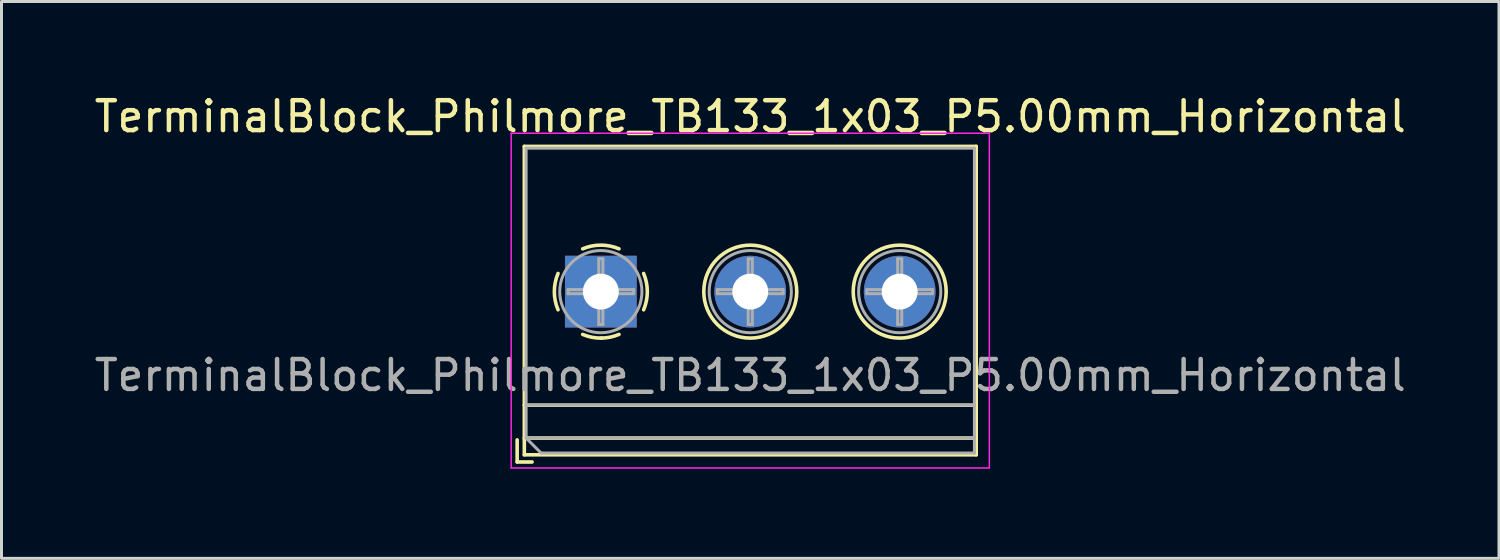
<source format=kicad_pcb>
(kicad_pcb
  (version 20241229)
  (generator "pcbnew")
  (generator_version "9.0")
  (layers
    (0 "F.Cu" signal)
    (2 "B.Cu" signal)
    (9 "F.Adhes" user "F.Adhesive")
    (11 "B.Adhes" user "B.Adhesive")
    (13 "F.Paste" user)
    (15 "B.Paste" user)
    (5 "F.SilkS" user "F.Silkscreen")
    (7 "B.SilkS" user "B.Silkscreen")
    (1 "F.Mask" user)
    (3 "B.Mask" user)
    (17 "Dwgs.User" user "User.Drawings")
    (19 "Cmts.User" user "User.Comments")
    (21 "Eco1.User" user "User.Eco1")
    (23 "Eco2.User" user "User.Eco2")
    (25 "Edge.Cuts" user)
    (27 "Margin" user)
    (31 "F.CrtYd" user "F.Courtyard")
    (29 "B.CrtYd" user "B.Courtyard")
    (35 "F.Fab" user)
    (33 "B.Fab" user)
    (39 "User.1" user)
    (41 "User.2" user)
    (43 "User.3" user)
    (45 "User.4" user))
  (footprint "TerminalBlock_Philmore_TB133_1x03_P5.00mm_Horizontal"
    (layer "F.Cu")
    (at 17.054 6.708)
    (property "Reference" "TerminalBlock_Philmore_TB133_1x03_P5.00mm_Horizontal" (at 5 -5.86 0) (layer "F.SilkS") (effects (font (size 1 1) (thickness 0.15))))
    (attr through_hole)
    (fp_line (start -2.8 4.96) (end -2.8 5.7) (stroke (width 0.12) (type solid)) (layer "F.SilkS"))
    (fp_line (start -2.8 5.7) (end -2.3 5.7) (stroke (width 0.12) (type solid)) (layer "F.SilkS"))
    (fp_line (start -2.56 -4.86) (end -2.56 5.46) (stroke (width 0.12) (type solid)) (layer "F.SilkS"))
    (fp_line (start -2.56 -4.86) (end 12.56 -4.86) (stroke (width 0.12) (type solid)) (layer "F.SilkS"))
    (fp_line (start -2.56 3.8) (end 12.56 3.8) (stroke (width 0.12) (type solid)) (layer "F.SilkS"))
    (fp_line (start -2.56 4.9) (end 12.56 4.9) (stroke (width 0.12) (type solid)) (layer "F.SilkS"))
    (fp_line (start -2.56 5.46) (end 12.56 5.46) (stroke (width 0.12) (type solid)) (layer "F.SilkS"))
    (fp_line (start 12.56 -4.86) (end 12.56 5.46) (stroke (width 0.12) (type solid)) (layer "F.SilkS"))
    (fp_arc (start -1.432109 0.607742) (mid -1.555727 -0.00014) (end -1.432 -0.608) (stroke (width 0.12) (type solid)) (layer "F.SilkS"))
    (fp_arc (start -0.607742 -1.432109) (mid 0.00014 -1.555727) (end 0.608 -1.432) (stroke (width 0.12) (type solid)) (layer "F.SilkS"))
    (fp_arc (start 0.027011 1.555493) (mid -0.296984 1.527118) (end -0.608 1.432) (stroke (width 0.12) (type solid)) (layer "F.SilkS"))
    (fp_arc (start 0.607587 1.431385) (mid 0.310017 1.523783) (end 0 1.555) (stroke (width 0.12) (type solid)) (layer "F.SilkS"))
    (fp_arc (start 1.432109 -0.607742) (mid 1.555727 0.00014) (end 1.432 0.608) (stroke (width 0.12) (type solid)) (layer "F.SilkS"))
    (fp_circle (center 5 0) (end 6.555 0) (stroke (width 0.12) (type solid)) (fill no) (layer "F.SilkS"))
    (fp_circle (center 10 0) (end 11.555 0) (stroke (width 0.12) (type solid)) (fill no) (layer "F.SilkS"))
    (fp_line (start -3 -5.3) (end -3 5.9) (stroke (width 0.05) (type solid)) (layer "F.CrtYd"))
    (fp_line (start -3 5.9) (end 13 5.9) (stroke (width 0.05) (type solid)) (layer "F.CrtYd"))
    (fp_line (start 13 -5.3) (end -3 -5.3) (stroke (width 0.05) (type solid)) (layer "F.CrtYd"))
    (fp_line (start 13 5.9) (end 13 -5.3) (stroke (width 0.05) (type solid)) (layer "F.CrtYd"))
    (fp_line (start -2.5 -4.8) (end 12.5 -4.8) (stroke (width 0.1) (type solid)) (layer "F.Fab"))
    (fp_line (start -2.5 3.8) (end 12.5 3.8) (stroke (width 0.1) (type solid)) (layer "F.Fab"))
    (fp_line (start -2.5 4.9) (end -2.5 -4.8) (stroke (width 0.1) (type solid)) (layer "F.Fab"))
    (fp_line (start -2.5 4.9) (end 12.5 4.9) (stroke (width 0.1) (type solid)) (layer "F.Fab"))
    (fp_line (start -2 5.4) (end -2.5 4.9) (stroke (width 0.1) (type solid)) (layer "F.Fab"))
    (fp_line (start -1.1 -0.069) (end -0.069 -0.069) (stroke (width 0.1) (type solid)) (layer "F.Fab"))
    (fp_line (start -1.1 0.069) (end -1.1 -0.069) (stroke (width 0.1) (type solid)) (layer "F.Fab"))
    (fp_line (start -0.069 -1.1) (end 0.069 -1.1) (stroke (width 0.1) (type solid)) (layer "F.Fab"))
    (fp_line (start -0.069 -0.069) (end -0.069 -1.1) (stroke (width 0.1) (type solid)) (layer "F.Fab"))
    (fp_line (start -0.069 0.069) (end -1.1 0.069) (stroke (width 0.1) (type solid)) (layer "F.Fab"))
    (fp_line (start -0.069 1.1) (end -0.069 0.069) (stroke (width 0.1) (type solid)) (layer "F.Fab"))
    (fp_line (start 0.069 -1.1) (end 0.069 -0.069) (stroke (width 0.1) (type solid)) (layer "F.Fab"))
    (fp_line (start 0.069 -0.069) (end 1.1 -0.069) (stroke (width 0.1) (type solid)) (layer "F.Fab"))
    (fp_line (start 0.069 0.069) (end 0.069 1.1) (stroke (width 0.1) (type solid)) (layer "F.Fab"))
    (fp_line (start 0.069 1.1) (end -0.069 1.1) (stroke (width 0.1) (type solid)) (layer "F.Fab"))
    (fp_line (start 1.1 -0.069) (end 1.1 0.069) (stroke (width 0.1) (type solid)) (layer "F.Fab"))
    (fp_line (start 1.1 0.069) (end 0.069 0.069) (stroke (width 0.1) (type solid)) (layer "F.Fab"))
    (fp_line (start 3.9 -0.069) (end 4.931 -0.069) (stroke (width 0.1) (type solid)) (layer "F.Fab"))
    (fp_line (start 3.9 0.069) (end 3.9 -0.069) (stroke (width 0.1) (type solid)) (layer "F.Fab"))
    (fp_line (start 4.931 -1.1) (end 5.069 -1.1) (stroke (width 0.1) (type solid)) (layer "F.Fab"))
    (fp_line (start 4.931 -0.069) (end 4.931 -1.1) (stroke (width 0.1) (type solid)) (layer "F.Fab"))
    (fp_line (start 4.931 0.069) (end 3.9 0.069) (stroke (width 0.1) (type solid)) (layer "F.Fab"))
    (fp_line (start 4.931 1.1) (end 4.931 0.069) (stroke (width 0.1) (type solid)) (layer "F.Fab"))
    (fp_line (start 5.069 -1.1) (end 5.069 -0.069) (stroke (width 0.1) (type solid)) (layer "F.Fab"))
    (fp_line (start 5.069 -0.069) (end 6.1 -0.069) (stroke (width 0.1) (type solid)) (layer "F.Fab"))
    (fp_line (start 5.069 0.069) (end 5.069 1.1) (stroke (width 0.1) (type solid)) (layer "F.Fab"))
    (fp_line (start 5.069 1.1) (end 4.931 1.1) (stroke (width 0.1) (type solid)) (layer "F.Fab"))
    (fp_line (start 6.1 -0.069) (end 6.1 0.069) (stroke (width 0.1) (type solid)) (layer "F.Fab"))
    (fp_line (start 6.1 0.069) (end 5.069 0.069) (stroke (width 0.1) (type solid)) (layer "F.Fab"))
    (fp_line (start 8.9 -0.069) (end 9.931 -0.069) (stroke (width 0.1) (type solid)) (layer "F.Fab"))
    (fp_line (start 8.9 0.069) (end 8.9 -0.069) (stroke (width 0.1) (type solid)) (layer "F.Fab"))
    (fp_line (start 9.931 -1.1) (end 10.069 -1.1) (stroke (width 0.1) (type solid)) (layer "F.Fab"))
    (fp_line (start 9.931 -0.069) (end 9.931 -1.1) (stroke (width 0.1) (type solid)) (layer "F.Fab"))
    (fp_line (start 9.931 0.069) (end 8.9 0.069) (stroke (width 0.1) (type solid)) (layer "F.Fab"))
    (fp_line (start 9.931 1.1) (end 9.931 0.069) (stroke (width 0.1) (type solid)) (layer "F.Fab"))
    (fp_line (start 10.069 -1.1) (end 10.069 -0.069) (stroke (width 0.1) (type solid)) (layer "F.Fab"))
    (fp_line (start 10.069 -0.069) (end 11.1 -0.069) (stroke (width 0.1) (type solid)) (layer "F.Fab"))
    (fp_line (start 10.069 0.069) (end 10.069 1.1) (stroke (width 0.1) (type solid)) (layer "F.Fab"))
    (fp_line (start 10.069 1.1) (end 9.931 1.1) (stroke (width 0.1) (type solid)) (layer "F.Fab"))
    (fp_line (start 11.1 -0.069) (end 11.1 0.069) (stroke (width 0.1) (type solid)) (layer "F.Fab"))
    (fp_line (start 11.1 0.069) (end 10.069 0.069) (stroke (width 0.1) (type solid)) (layer "F.Fab"))
    (fp_line (start 12.5 -4.8) (end 12.5 5.4) (stroke (width 0.1) (type solid)) (layer "F.Fab"))
    (fp_line (start 12.5 5.4) (end -2 5.4) (stroke (width 0.1) (type solid)) (layer "F.Fab"))
    (fp_circle (center 0 0) (end 1.375 0) (stroke (width 0.1) (type solid)) (fill no) (layer "F.Fab"))
    (fp_circle (center 5 0) (end 6.375 0) (stroke (width 0.1) (type solid)) (fill no) (layer "F.Fab"))
    (fp_circle (center 10 0) (end 11.375 0) (stroke (width 0.1) (type solid)) (fill no) (layer "F.Fab"))
    (fp_text user "${REFERENCE}" (at 5 2.8 0) (layer "F.Fab") (effects (font (size 1 1) (thickness 0.15))))
    (pad "1" thru_hole rect (at 0 0) (size 2.4 2.4) (drill 1.2) (layers "*.Cu" "*.Mask"))
    (pad "2" thru_hole circle (at 5 0) (size 2.4 2.4) (drill 1.2) (layers "*.Cu" "*.Mask"))
    (pad "3" thru_hole circle (at 10 0) (size 2.4 2.4) (drill 1.2) (layers "*.Cu" "*.Mask")))
  (gr_rect
    (start -3 -3)
    (end 47.107 15.633)
    (stroke (width 0.1) (type default))
    (fill no)
    (layer "Edge.Cuts")))
</source>
